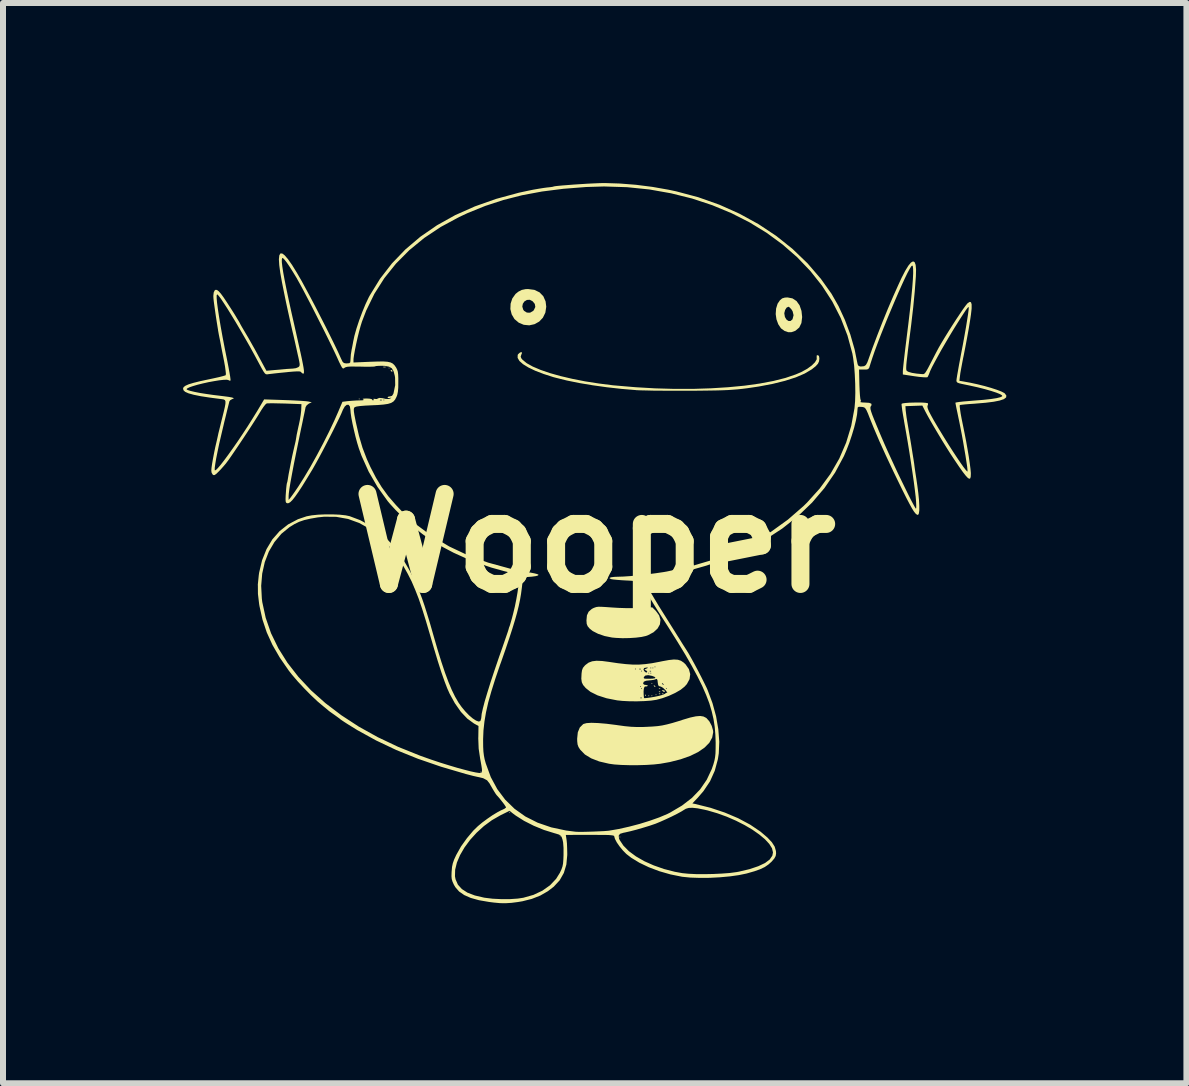
<source format=kicad_pcb>
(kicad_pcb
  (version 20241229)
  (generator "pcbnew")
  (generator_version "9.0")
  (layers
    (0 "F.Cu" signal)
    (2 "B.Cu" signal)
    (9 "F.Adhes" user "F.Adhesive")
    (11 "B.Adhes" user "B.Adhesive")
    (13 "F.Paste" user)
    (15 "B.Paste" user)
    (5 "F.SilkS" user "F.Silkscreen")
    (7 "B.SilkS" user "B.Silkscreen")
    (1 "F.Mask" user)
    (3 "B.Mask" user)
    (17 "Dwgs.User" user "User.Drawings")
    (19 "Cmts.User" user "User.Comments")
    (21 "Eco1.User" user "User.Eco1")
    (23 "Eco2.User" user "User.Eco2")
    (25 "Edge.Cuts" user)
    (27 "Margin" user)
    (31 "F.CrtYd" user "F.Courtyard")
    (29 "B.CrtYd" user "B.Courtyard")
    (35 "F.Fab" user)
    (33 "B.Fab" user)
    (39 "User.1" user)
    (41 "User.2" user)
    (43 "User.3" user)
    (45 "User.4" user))
  (footprint "Wooper"
    (layer "F.Cu")
    (at 6.859 6.002)
    (property "Reference" "Wooper" (at 0 0 0) (layer "F.SilkS") (effects (font (size 1.5 1.5) (thickness 0.3))))
    (attr board_only exclude_from_pos_files exclude_from_bom)
    (fp_poly (pts (xy -3.916 -2.404) (xy -3.924 -2.396) (xy -3.933 -2.404) (xy -3.924 -2.413)) (stroke (width 0) (type solid)) (fill yes) (layer "F.SilkS"))
    (fp_poly (pts (xy -3.418 -2.92) (xy -3.426 -2.911) (xy -3.435 -2.92) (xy -3.426 -2.928)) (stroke (width 0) (type solid)) (fill yes) (layer "F.SilkS"))
    (fp_poly (pts (xy -1.889 3.813) (xy -1.898 3.821) (xy -1.906 3.813) (xy -1.898 3.804)) (stroke (width 0) (type solid)) (fill yes) (layer "F.SilkS"))
    (fp_poly (pts (xy -1.408 4.482) (xy -1.417 4.491) (xy -1.425 4.482) (xy -1.417 4.474)) (stroke (width 0) (type solid)) (fill yes) (layer "F.SilkS"))
    (fp_poly (pts (xy -0.567 4.877) (xy -0.575 4.886) (xy -0.584 4.877) (xy -0.575 4.869)) (stroke (width 0) (type solid)) (fill yes) (layer "F.SilkS"))
    (fp_poly (pts (xy 0.429 4.895) (xy 0.421 4.903) (xy 0.412 4.895) (xy 0.421 4.886)) (stroke (width 0) (type solid)) (fill yes) (layer "F.SilkS"))
    (fp_poly (pts (xy 0.91 2.542) (xy 0.902 2.55) (xy 0.893 2.542) (xy 0.902 2.533)) (stroke (width 0) (type solid)) (fill yes) (layer "F.SilkS"))
    (fp_poly (pts (xy 0.962 2.336) (xy 0.953 2.344) (xy 0.945 2.336) (xy 0.953 2.327)) (stroke (width 0) (type solid)) (fill yes) (layer "F.SilkS"))
    (fp_poly (pts (xy 0.962 2.542) (xy 0.953 2.55) (xy 0.945 2.542) (xy 0.953 2.533)) (stroke (width 0) (type solid)) (fill yes) (layer "F.SilkS"))
    (fp_poly (pts (xy 1.03 2.525) (xy 1.022 2.533) (xy 1.013 2.525) (xy 1.022 2.516)) (stroke (width 0) (type solid)) (fill yes) (layer "F.SilkS"))
    (fp_poly (pts (xy -3.482 -2.94) (xy -3.48 -2.933) (xy -3.503 -2.931) (xy -3.528 -2.934) (xy -3.525 -2.94) (xy -3.49 -2.942)) (stroke (width 0) (type solid)) (fill yes) (layer "F.SilkS"))
    (fp_poly (pts (xy 0.853 2.522) (xy 0.855 2.542) (xy 0.853 2.545) (xy 0.843 2.542) (xy 0.842 2.533) (xy 0.848 2.519)) (stroke (width 0) (type solid)) (fill yes) (layer "F.SilkS"))
    (fp_poly (pts (xy 1.093 2.419) (xy 1.091 2.429) (xy 1.082 2.43) (xy 1.068 2.424) (xy 1.07 2.419) (xy 1.091 2.417)) (stroke (width 0) (type solid)) (fill yes) (layer "F.SilkS"))
    (fp_poly (pts (xy 1.093 2.47) (xy 1.091 2.48) (xy 1.082 2.482) (xy 1.068 2.475) (xy 1.07 2.47) (xy 1.091 2.468)) (stroke (width 0) (type solid)) (fill yes) (layer "F.SilkS"))
    (fp_poly (pts (xy 1.093 2.505) (xy 1.091 2.515) (xy 1.082 2.516) (xy 1.068 2.51) (xy 1.07 2.505) (xy 1.091 2.502)) (stroke (width 0) (type solid)) (fill yes) (layer "F.SilkS"))
    (fp_poly (pts (xy 1.145 2.505) (xy 1.143 2.515) (xy 1.133 2.516) (xy 1.119 2.51) (xy 1.122 2.505) (xy 1.142 2.502)) (stroke (width 0) (type solid)) (fill yes) (layer "F.SilkS"))
    (fp_poly (pts (xy 0.993 2.368) (xy 1.012 2.386) (xy 1.008 2.396) (xy 1.006 2.396) (xy 0.991 2.384) (xy 0.986 2.376) (xy 0.984 2.364)) (stroke (width 0) (type solid)) (fill yes) (layer "F.SilkS"))
    (fp_poly (pts (xy -3.383 -2.885) (xy -3.367 -2.87) (xy -3.366 -2.867) (xy -3.379 -2.86) (xy -3.383 -2.859) (xy -3.4 -2.873) (xy -3.4 -2.878) (xy -3.39 -2.888)) (stroke (width 0) (type solid)) (fill yes) (layer "F.SilkS"))
    (fp_poly (pts (xy 1.163 2.455) (xy 1.168 2.464) (xy 1.165 2.479) (xy 1.15 2.475) (xy 1.133 2.464) (xy 1.118 2.451) (xy 1.134 2.448) (xy 1.138 2.448)) (stroke (width 0) (type solid)) (fill yes) (layer "F.SilkS"))
    (fp_poly (pts (xy 0.115 1.059) (xy 0.185 1.063) (xy 0.282 1.07) (xy 0.282 1.07) (xy 0.396 1.077) (xy 0.522 1.081) (xy 0.646 1.081) (xy 0.742 1.079) (xy 0.96 1.068) (xy 1.02 1.128) (xy 1.074 1.202) (xy 1.096 1.277) (xy 1.087 1.352) (xy 1.048 1.421) (xy 0.981 1.483) (xy 0.887 1.533) (xy 0.854 1.545) (xy 0.782 1.561) (xy 0.687 1.573) (xy 0.577 1.58) (xy 0.463 1.582) (xy 0.355 1.577) (xy 0.289 1.571) (xy 0.166 1.546) (xy 0.057 1.509) (xy -0.033 1.463) (xy -0.082 1.424) (xy -0.117 1.383) (xy -0.133 1.343) (xy -0.137 1.286) (xy -0.137 1.285) (xy -0.129 1.201) (xy -0.101 1.141) (xy -0.051 1.097) (xy -0.027 1.083) (xy 0.002 1.071) (xy 0.031 1.062) (xy 0.066 1.058)) (stroke (width 0) (type solid)) (fill yes) (layer "F.SilkS"))
    (fp_poly (pts (xy -1.005 -4.222) (xy -0.919 -4.181) (xy -0.856 -4.116) (xy -0.818 -4.03) (xy -0.807 -3.941) (xy -0.822 -3.842) (xy -0.863 -3.758) (xy -0.925 -3.693) (xy -1.003 -3.65) (xy -1.09 -3.631) (xy -1.182 -3.64) (xy -1.265 -3.675) (xy -1.337 -3.736) (xy -1.383 -3.814) (xy -1.405 -3.902) (xy -1.403 -3.943) (xy -1.206 -3.943) (xy -1.191 -3.893) (xy -1.176 -3.872) (xy -1.129 -3.843) (xy -1.076 -3.842) (xy -1.026 -3.871) (xy -1.014 -3.884) (xy -0.989 -3.937) (xy -0.998 -3.988) (xy -1.034 -4.032) (xy -1.082 -4.057) (xy -1.13 -4.054) (xy -1.17 -4.03) (xy -1.197 -3.991) (xy -1.206 -3.943) (xy -1.403 -3.943) (xy -1.401 -3.992) (xy -1.373 -4.078) (xy -1.319 -4.154) (xy -1.272 -4.192) (xy -1.215 -4.221) (xy -1.153 -4.234) (xy -1.111 -4.236)) (stroke (width 0) (type solid)) (fill yes) (layer "F.SilkS"))
    (fp_poly (pts (xy 3.296 -4.08) (xy 3.363 -4.036) (xy 3.414 -3.965) (xy 3.446 -3.872) (xy 3.457 -3.769) (xy 3.445 -3.67) (xy 3.409 -3.595) (xy 3.348 -3.543) (xy 3.338 -3.538) (xy 3.278 -3.517) (xy 3.224 -3.517) (xy 3.165 -3.537) (xy 3.104 -3.581) (xy 3.059 -3.649) (xy 3.029 -3.731) (xy 3.016 -3.821) (xy 3.017 -3.826) (xy 3.16 -3.826) (xy 3.17 -3.77) (xy 3.195 -3.728) (xy 3.228 -3.704) (xy 3.263 -3.703) (xy 3.293 -3.728) (xy 3.297 -3.734) (xy 3.314 -3.8) (xy 3.298 -3.866) (xy 3.279 -3.896) (xy 3.251 -3.927) (xy 3.23 -3.941) (xy 3.229 -3.941) (xy 3.198 -3.926) (xy 3.173 -3.887) (xy 3.16 -3.836) (xy 3.16 -3.826) (xy 3.017 -3.826) (xy 3.023 -3.911) (xy 3.048 -3.992) (xy 3.087 -4.049) (xy 3.124 -4.08) (xy 3.167 -4.093) (xy 3.213 -4.096)) (stroke (width 0) (type solid)) (fill yes) (layer "F.SilkS"))
    (fp_poly (pts (xy 1.813 2.887) (xy 1.858 2.91) (xy 1.863 2.914) (xy 1.911 2.968) (xy 1.95 3.042) (xy 1.972 3.118) (xy 1.975 3.148) (xy 1.958 3.238) (xy 1.91 3.325) (xy 1.831 3.405) (xy 1.724 3.479) (xy 1.591 3.544) (xy 1.433 3.6) (xy 1.252 3.646) (xy 1.094 3.674) (xy 0.986 3.686) (xy 0.857 3.694) (xy 0.718 3.698) (xy 0.578 3.698) (xy 0.444 3.694) (xy 0.327 3.686) (xy 0.24 3.674) (xy 0.076 3.636) (xy -0.058 3.584) (xy -0.163 3.52) (xy -0.239 3.442) (xy -0.241 3.44) (xy -0.27 3.395) (xy -0.285 3.353) (xy -0.291 3.3) (xy -0.292 3.256) (xy -0.281 3.15) (xy -0.248 3.07) (xy -0.194 3.016) (xy -0.186 3.011) (xy -0.135 2.997) (xy -0.054 2.992) (xy 0.058 2.996) (xy 0.199 3.008) (xy 0.366 3.029) (xy 0.378 3.031) (xy 0.502 3.048) (xy 0.606 3.058) (xy 0.701 3.062) (xy 0.799 3.062) (xy 0.867 3.059) (xy 0.966 3.054) (xy 1.049 3.047) (xy 1.125 3.036) (xy 1.203 3.019) (xy 1.291 2.996) (xy 1.398 2.964) (xy 1.475 2.939) (xy 1.593 2.904) (xy 1.686 2.884) (xy 1.758 2.878)) (stroke (width 0) (type solid)) (fill yes) (layer "F.SilkS"))
    (fp_poly (pts (xy -1.212 -3.182) (xy -1.213 -3.165) (xy -1.222 -3.144) (xy -1.233 -3.109) (xy -1.222 -3.081) (xy -1.203 -3.058) (xy -1.132 -3) (xy -1.03 -2.943) (xy -0.9 -2.888) (xy -0.745 -2.835) (xy -0.567 -2.785) (xy -0.37 -2.739) (xy -0.157 -2.697) (xy 0.069 -2.662) (xy 0.305 -2.632) (xy 0.352 -2.628) (xy 0.68 -2.6) (xy 1.006 -2.581) (xy 1.326 -2.572) (xy 1.639 -2.572) (xy 1.941 -2.582) (xy 2.228 -2.6) (xy 2.499 -2.626) (xy 2.75 -2.661) (xy 2.978 -2.704) (xy 3.18 -2.755) (xy 3.353 -2.814) (xy 3.443 -2.853) (xy 3.54 -2.906) (xy 3.617 -2.962) (xy 3.671 -3.016) (xy 3.7 -3.066) (xy 3.699 -3.106) (xy 3.7 -3.13) (xy 3.716 -3.134) (xy 3.737 -3.122) (xy 3.744 -3.082) (xy 3.739 -3.032) (xy 3.72 -2.991) (xy 3.682 -2.949) (xy 3.62 -2.9) (xy 3.613 -2.895) (xy 3.498 -2.827) (xy 3.351 -2.764) (xy 3.173 -2.707) (xy 2.968 -2.656) (xy 2.737 -2.612) (xy 2.542 -2.583) (xy 2.462 -2.573) (xy 2.386 -2.565) (xy 2.308 -2.559) (xy 2.224 -2.553) (xy 2.128 -2.549) (xy 2.017 -2.546) (xy 1.884 -2.544) (xy 1.726 -2.542) (xy 1.58 -2.541) (xy 1.42 -2.541) (xy 1.262 -2.541) (xy 1.112 -2.542) (xy 0.974 -2.543) (xy 0.854 -2.546) (xy 0.757 -2.548) (xy 0.689 -2.551) (xy 0.687 -2.552) (xy 0.447 -2.572) (xy 0.205 -2.599) (xy -0.032 -2.632) (xy -0.258 -2.67) (xy -0.465 -2.712) (xy -0.646 -2.757) (xy -0.685 -2.767) (xy -0.849 -2.82) (xy -0.99 -2.874) (xy -1.105 -2.929) (xy -1.194 -2.984) (xy -1.254 -3.037) (xy -1.284 -3.089) (xy -1.283 -3.137) (xy -1.276 -3.15) (xy -1.247 -3.176) (xy -1.23 -3.183)) (stroke (width 0) (type solid)) (fill yes) (layer "F.SilkS"))
    (fp_poly (pts (xy 1.386 1.941) (xy 1.438 1.958) (xy 1.485 1.99) (xy 1.515 2.019) (xy 1.57 2.098) (xy 1.592 2.181) (xy 1.581 2.264) (xy 1.536 2.347) (xy 1.497 2.39) (xy 1.432 2.442) (xy 1.342 2.494) (xy 1.238 2.542) (xy 1.128 2.582) (xy 1.027 2.609) (xy 0.939 2.622) (xy 0.828 2.63) (xy 0.704 2.634) (xy 0.578 2.633) (xy 0.462 2.627) (xy 0.375 2.618) (xy 0.198 2.583) (xy 0.167 2.573) (xy 0.761 2.573) (xy 0.764 2.583) (xy 0.773 2.585) (xy 0.787 2.578) (xy 0.784 2.573) (xy 0.764 2.571) (xy 0.761 2.573) (xy 0.167 2.573) (xy 0.049 2.535) (xy -0.07 2.476) (xy -0.138 2.422) (xy 0.773 2.422) (xy 0.781 2.43) (xy 0.79 2.422) (xy 0.781 2.413) (xy 0.773 2.422) (xy -0.138 2.422) (xy -0.152 2.41) (xy -0.171 2.387) (xy 0.756 2.387) (xy 0.764 2.396) (xy 0.773 2.387) (xy 0.764 2.379) (xy 0.756 2.387) (xy -0.171 2.387) (xy -0.192 2.363) (xy -0.205 2.337) (xy 0.807 2.337) (xy 0.822 2.356) (xy 0.851 2.361) (xy 0.88 2.367) (xy 0.885 2.378) (xy 0.862 2.387) (xy 0.851 2.385) (xy 0.83 2.392) (xy 0.819 2.425) (xy 0.815 2.468) (xy 0.816 2.521) (xy 0.82 2.566) (xy 0.823 2.58) (xy 0.84 2.581) (xy 0.881 2.577) (xy 0.938 2.569) (xy 1.001 2.558) (xy 1.061 2.545) (xy 1.082 2.54) (xy 1.134 2.525) (xy 1.171 2.509) (xy 1.182 2.499) (xy 1.199 2.49) (xy 1.208 2.494) (xy 1.21 2.49) (xy 1.194 2.466) (xy 1.178 2.446) (xy 1.152 2.422) (xy 1.185 2.422) (xy 1.194 2.43) (xy 1.202 2.422) (xy 1.194 2.413) (xy 1.185 2.422) (xy 1.152 2.422) (xy 1.14 2.41) (xy 1.104 2.389) (xy 1.093 2.387) (xy 1.067 2.379) (xy 1.055 2.351) (xy 1.053 2.332) (xy 1.119 2.332) (xy 1.123 2.342) (xy 1.141 2.36) (xy 1.15 2.356) (xy 1.151 2.354) (xy 1.138 2.339) (xy 1.131 2.334) (xy 1.119 2.332) (xy 1.053 2.332) (xy 1.052 2.328) (xy 1.046 2.28) (xy 1.036 2.261) (xy 1.017 2.265) (xy 1.013 2.267) (xy 0.984 2.276) (xy 0.937 2.283) (xy 0.919 2.284) (xy 0.856 2.291) (xy 0.82 2.306) (xy 0.808 2.33) (xy 0.807 2.337) (xy -0.205 2.337) (xy -0.215 2.315) (xy -0.223 2.256) (xy -0.222 2.244) (xy 0.816 2.244) (xy 0.825 2.254) (xy 0.854 2.258) (xy 0.91 2.258) (xy 0.964 2.256) (xy 1.002 2.25) (xy 1.013 2.243) (xy 0.998 2.226) (xy 0.956 2.21) (xy 0.899 2.199) (xy 0.888 2.198) (xy 0.843 2.205) (xy 0.823 2.226) (xy 0.816 2.244) (xy -0.222 2.244) (xy -0.219 2.177) (xy -0.218 2.164) (xy 0.893 2.164) (xy 0.902 2.172) (xy 0.91 2.164) (xy 0.927 2.164) (xy 0.936 2.172) (xy 0.945 2.164) (xy 0.936 2.155) (xy 0.927 2.164) (xy 0.91 2.164) (xy 0.902 2.155) (xy 0.893 2.164) (xy -0.218 2.164) (xy -0.213 2.13) (xy 0.773 2.13) (xy 0.781 2.138) (xy 0.79 2.13) (xy 0.781 2.121) (xy 0.773 2.13) (xy -0.213 2.13) (xy -0.211 2.117) (xy -0.203 2.095) (xy 0.67 2.095) (xy 0.678 2.104) (xy 0.687 2.095) (xy 0.684 2.092) (xy 0.744 2.092) (xy 0.747 2.103) (xy 0.756 2.104) (xy 0.757 2.103) (xy 0.813 2.103) (xy 0.825 2.13) (xy 0.852 2.152) (xy 0.871 2.152) (xy 0.876 2.139) (xy 0.865 2.127) (xy 0.916 2.127) (xy 0.918 2.137) (xy 0.927 2.138) (xy 0.942 2.132) (xy 0.939 2.127) (xy 0.918 2.125) (xy 0.916 2.127) (xy 0.865 2.127) (xy 0.862 2.122) (xy 0.846 2.116) (xy 0.829 2.109) (xy 0.842 2.098) (xy 0.859 2.09) (xy 0.885 2.078) (xy 0.927 2.078) (xy 0.936 2.087) (xy 0.945 2.078) (xy 0.962 2.078) (xy 0.97 2.087) (xy 0.979 2.078) (xy 0.97 2.069) (xy 0.962 2.078) (xy 0.945 2.078) (xy 0.936 2.069) (xy 0.927 2.078) (xy 0.885 2.078) (xy 0.887 2.077) (xy 0.885 2.072) (xy 0.864 2.071) (xy 0.825 2.079) (xy 0.813 2.103) (xy 0.757 2.103) (xy 0.77 2.098) (xy 0.767 2.092) (xy 0.747 2.09) (xy 0.744 2.092) (xy 0.684 2.092) (xy 0.678 2.087) (xy 0.67 2.095) (xy -0.203 2.095) (xy -0.195 2.075) (xy -0.183 2.061) (xy 0.996 2.061) (xy 1.005 2.069) (xy 1.013 2.061) (xy 1.005 2.052) (xy 0.996 2.061) (xy -0.183 2.061) (xy -0.165 2.039) (xy -0.151 2.026) (xy -0.101 1.989) (xy -0.042 1.967) (xy 0.031 1.958) (xy 0.124 1.962) (xy 0.232 1.976) (xy 0.388 1.999) (xy 0.52 2.014) (xy 0.634 2.022) (xy 0.739 2.022) (xy 0.843 2.014) (xy 0.955 1.999) (xy 1.082 1.975) (xy 1.125 1.966) (xy 1.236 1.946) (xy 1.32 1.937)) (stroke (width 0) (type solid)) (fill yes) (layer "F.SilkS"))
    (fp_poly (pts (xy 0.419 -5.994) (xy 0.687 -5.973) (xy 0.962 -5.938) (xy 1.229 -5.891) (xy 1.357 -5.864) (xy 1.725 -5.766) (xy 2.078 -5.641) (xy 2.413 -5.491) (xy 2.73 -5.317) (xy 3.025 -5.121) (xy 3.298 -4.903) (xy 3.547 -4.664) (xy 3.768 -4.407) (xy 3.945 -4.159) (xy 4.063 -3.952) (xy 4.169 -3.722) (xy 4.26 -3.478) (xy 4.331 -3.231) (xy 4.371 -3.033) (xy 4.382 -2.981) (xy 4.397 -2.955) (xy 4.424 -2.946) (xy 4.445 -2.946) (xy 4.489 -2.95) (xy 4.519 -2.97) (xy 4.542 -3.011) (xy 4.556 -3.048) (xy 4.627 -3.248) (xy 4.708 -3.463) (xy 4.795 -3.685) (xy 4.885 -3.906) (xy 4.975 -4.116) (xy 5.061 -4.308) (xy 5.113 -4.421) (xy 5.174 -4.539) (xy 5.226 -4.624) (xy 5.27 -4.677) (xy 5.305 -4.697) (xy 5.331 -4.684) (xy 5.348 -4.639) (xy 5.355 -4.561) (xy 5.352 -4.45) (xy 5.352 -4.449) (xy 5.333 -4.194) (xy 5.308 -3.935) (xy 5.276 -3.659) (xy 5.275 -3.649) (xy 5.252 -3.469) (xy 5.233 -3.32) (xy 5.218 -3.199) (xy 5.207 -3.103) (xy 5.198 -3.029) (xy 5.193 -2.973) (xy 5.191 -2.933) (xy 5.191 -2.906) (xy 5.193 -2.889) (xy 5.197 -2.878) (xy 5.201 -2.871) (xy 5.231 -2.855) (xy 5.287 -2.839) (xy 5.362 -2.827) (xy 5.448 -2.819) (xy 5.452 -2.819) (xy 5.468 -2.818) (xy 5.481 -2.819) (xy 5.494 -2.826) (xy 5.509 -2.842) (xy 5.528 -2.871) (xy 5.553 -2.915) (xy 5.587 -2.98) (xy 5.632 -3.067) (xy 5.691 -3.181) (xy 5.698 -3.194) (xy 5.732 -3.258) (xy 5.779 -3.339) (xy 5.835 -3.432) (xy 5.897 -3.532) (xy 5.961 -3.633) (xy 6.025 -3.732) (xy 6.085 -3.822) (xy 6.137 -3.899) (xy 6.18 -3.958) (xy 6.209 -3.994) (xy 6.214 -3.999) (xy 6.248 -4.022) (xy 6.27 -4.016) (xy 6.281 -3.981) (xy 6.281 -3.915) (xy 6.278 -3.883) (xy 6.269 -3.805) (xy 6.253 -3.698) (xy 6.232 -3.57) (xy 6.206 -3.427) (xy 6.177 -3.273) (xy 6.146 -3.115) (xy 6.139 -3.083) (xy 6.122 -2.994) (xy 6.106 -2.908) (xy 6.093 -2.836) (xy 6.088 -2.796) (xy 6.077 -2.707) (xy 6.142 -2.696) (xy 6.258 -2.675) (xy 6.378 -2.649) (xy 6.495 -2.62) (xy 6.604 -2.589) (xy 6.699 -2.558) (xy 6.775 -2.529) (xy 6.824 -2.504) (xy 6.835 -2.495) (xy 6.86 -2.46) (xy 6.855 -2.429) (xy 6.818 -2.401) (xy 6.749 -2.378) (xy 6.649 -2.358) (xy 6.515 -2.341) (xy 6.347 -2.327) (xy 6.339 -2.326) (xy 6.25 -2.32) (xy 6.175 -2.314) (xy 6.119 -2.308) (xy 6.088 -2.304) (xy 6.084 -2.303) (xy 6.082 -2.282) (xy 6.088 -2.233) (xy 6.098 -2.163) (xy 6.114 -2.076) (xy 6.134 -1.978) (xy 6.14 -1.949) (xy 6.165 -1.825) (xy 6.19 -1.696) (xy 6.213 -1.566) (xy 6.234 -1.442) (xy 6.25 -1.331) (xy 6.262 -1.239) (xy 6.268 -1.172) (xy 6.268 -1.155) (xy 6.266 -1.109) (xy 6.258 -1.082) (xy 6.243 -1.074) (xy 6.219 -1.087) (xy 6.184 -1.124) (xy 6.137 -1.184) (xy 6.075 -1.271) (xy 5.998 -1.385) (xy 5.982 -1.409) (xy 5.927 -1.492) (xy 5.864 -1.592) (xy 5.795 -1.703) (xy 5.725 -1.819) (xy 5.658 -1.932) (xy 5.598 -2.035) (xy 5.548 -2.124) (xy 5.513 -2.189) (xy 5.46 -2.294) (xy 5.319 -2.289) (xy 5.178 -2.284) (xy 5.182 -2.215) (xy 5.188 -2.166) (xy 5.197 -2.096) (xy 5.21 -2.018) (xy 5.213 -2.001) (xy 5.233 -1.882) (xy 5.255 -1.754) (xy 5.276 -1.626) (xy 5.295 -1.506) (xy 5.312 -1.402) (xy 5.324 -1.323) (xy 5.325 -1.314) (xy 5.333 -1.253) (xy 5.345 -1.169) (xy 5.36 -1.073) (xy 5.374 -0.976) (xy 5.375 -0.97) (xy 5.392 -0.84) (xy 5.404 -0.723) (xy 5.409 -0.625) (xy 5.409 -0.547) (xy 5.402 -0.496) (xy 5.389 -0.473) (xy 5.385 -0.472) (xy 5.367 -0.478) (xy 5.345 -0.496) (xy 5.318 -0.531) (xy 5.285 -0.584) (xy 5.244 -0.659) (xy 5.191 -0.76) (xy 5.127 -0.888) (xy 5.12 -0.902) (xy 4.98 -1.19) (xy 4.854 -1.458) (xy 4.743 -1.703) (xy 4.649 -1.923) (xy 4.584 -2.084) (xy 4.553 -2.163) (xy 4.53 -2.215) (xy 4.511 -2.246) (xy 4.492 -2.263) (xy 4.467 -2.27) (xy 4.442 -2.272) (xy 4.401 -2.274) (xy 4.383 -2.263) (xy 4.379 -2.232) (xy 4.379 -2.223) (xy 4.372 -2.147) (xy 4.353 -2.046) (xy 4.324 -1.929) (xy 4.286 -1.802) (xy 4.243 -1.673) (xy 4.195 -1.549) (xy 4.153 -1.452) (xy 4.006 -1.178) (xy 3.829 -0.92) (xy 3.623 -0.678) (xy 3.389 -0.453) (xy 3.127 -0.246) (xy 2.838 -0.057) (xy 2.523 0.112) (xy 2.282 0.221) (xy 2.066 0.304) (xy 1.833 0.381) (xy 1.594 0.449) (xy 1.358 0.506) (xy 1.134 0.548) (xy 0.987 0.568) (xy 0.913 0.578) (xy 0.868 0.589) (xy 0.846 0.604) (xy 0.842 0.619) (xy 0.85 0.655) (xy 0.878 0.715) (xy 0.923 0.801) (xy 0.988 0.912) (xy 1.071 1.05) (xy 1.154 1.182) (xy 1.218 1.284) (xy 1.28 1.383) (xy 1.336 1.472) (xy 1.382 1.546) (xy 1.416 1.599) (xy 1.423 1.611) (xy 1.462 1.674) (xy 1.501 1.735) (xy 1.526 1.774) (xy 1.564 1.835) (xy 1.612 1.92) (xy 1.667 2.02) (xy 1.724 2.127) (xy 1.779 2.234) (xy 1.828 2.332) (xy 1.868 2.414) (xy 1.883 2.449) (xy 1.963 2.664) (xy 2.023 2.883) (xy 2.06 3.099) (xy 2.076 3.308) (xy 2.068 3.501) (xy 2.053 3.598) (xy 2.001 3.791) (xy 1.922 3.967) (xy 1.813 4.13) (xy 1.721 4.237) (xy 1.628 4.335) (xy 1.677 4.345) (xy 1.93 4.408) (xy 2.169 4.488) (xy 2.391 4.582) (xy 2.591 4.689) (xy 2.764 4.806) (xy 2.88 4.905) (xy 2.953 4.983) (xy 2.999 5.055) (xy 3.02 5.127) (xy 3.023 5.168) (xy 3.016 5.211) (xy 2.994 5.252) (xy 2.95 5.303) (xy 2.95 5.304) (xy 2.895 5.353) (xy 2.834 5.395) (xy 2.759 5.431) (xy 2.664 5.465) (xy 2.542 5.5) (xy 2.527 5.504) (xy 2.402 5.53) (xy 2.252 5.551) (xy 2.087 5.566) (xy 1.917 5.575) (xy 1.75 5.576) (xy 1.595 5.571) (xy 1.463 5.558) (xy 1.451 5.556) (xy 1.263 5.518) (xy 1.078 5.465) (xy 0.903 5.399) (xy 0.744 5.323) (xy 0.608 5.24) (xy 0.527 5.177) (xy 0.469 5.118) (xy 0.415 5.052) (xy 0.369 4.986) (xy 0.338 4.927) (xy 0.326 4.885) (xy 0.323 4.877) (xy 0.314 4.873) (xy 0.4 4.873) (xy 0.406 4.92) (xy 0.417 4.946) (xy 0.479 5.039) (xy 0.57 5.131) (xy 0.688 5.218) (xy 0.827 5.298) (xy 0.984 5.368) (xy 1.155 5.428) (xy 1.334 5.474) (xy 1.46 5.497) (xy 1.562 5.507) (xy 1.688 5.513) (xy 1.83 5.514) (xy 1.977 5.511) (xy 2.122 5.504) (xy 2.254 5.494) (xy 2.366 5.479) (xy 2.404 5.472) (xy 2.582 5.43) (xy 2.727 5.381) (xy 2.839 5.328) (xy 2.916 5.27) (xy 2.96 5.206) (xy 2.971 5.152) (xy 2.955 5.084) (xy 2.909 5.01) (xy 2.837 4.932) (xy 2.741 4.852) (xy 2.627 4.772) (xy 2.496 4.695) (xy 2.352 4.622) (xy 2.2 4.556) (xy 2.042 4.499) (xy 1.881 4.452) (xy 1.825 4.439) (xy 1.715 4.417) (xy 1.631 4.408) (xy 1.568 4.41) (xy 1.52 4.424) (xy 1.496 4.438) (xy 1.446 4.469) (xy 1.371 4.51) (xy 1.283 4.554) (xy 1.187 4.599) (xy 1.095 4.64) (xy 1.013 4.674) (xy 1.001 4.678) (xy 0.913 4.708) (xy 0.808 4.74) (xy 0.698 4.772) (xy 0.594 4.799) (xy 0.506 4.819) (xy 0.476 4.825) (xy 0.422 4.842) (xy 0.4 4.873) (xy 0.314 4.873) (xy 0.309 4.87) (xy 0.282 4.866) (xy 0.238 4.862) (xy 0.172 4.86) (xy 0.08 4.86) (xy -0.041 4.859) (xy -0.077 4.859) (xy -0.481 4.86) (xy -0.468 4.946) (xy -0.462 5.003) (xy -0.459 5.081) (xy -0.457 5.165) (xy -0.457 5.195) (xy -0.472 5.355) (xy -0.514 5.494) (xy -0.583 5.616) (xy -0.682 5.723) (xy -0.78 5.798) (xy -0.907 5.871) (xy -1.047 5.926) (xy -1.206 5.966) (xy -1.278 5.978) (xy -1.386 5.992) (xy -1.481 5.998) (xy -1.575 5.997) (xy -1.682 5.987) (xy -1.76 5.977) (xy -1.928 5.948) (xy -2.065 5.91) (xy -2.174 5.862) (xy -2.259 5.803) (xy -2.321 5.732) (xy -2.346 5.69) (xy -2.369 5.639) (xy -2.382 5.595) (xy -2.386 5.55) (xy -2.328 5.55) (xy -2.318 5.6) (xy -2.279 5.689) (xy -2.213 5.762) (xy -2.12 5.822) (xy -1.997 5.869) (xy -1.843 5.905) (xy -1.831 5.907) (xy -1.701 5.923) (xy -1.558 5.93) (xy -1.414 5.93) (xy -1.282 5.921) (xy -1.189 5.907) (xy -1.02 5.859) (xy -0.871 5.789) (xy -0.744 5.699) (xy -0.642 5.591) (xy -0.58 5.491) (xy -0.554 5.435) (xy -0.537 5.387) (xy -0.527 5.337) (xy -0.522 5.272) (xy -0.519 5.196) (xy -0.519 5.077) (xy -0.526 4.985) (xy -0.536 4.938) (xy -0.55 4.897) (xy -0.566 4.872) (xy -0.593 4.855) (xy -0.64 4.84) (xy -0.675 4.83) (xy -0.846 4.777) (xy -1.016 4.707) (xy -1.176 4.626) (xy -1.315 4.538) (xy -1.366 4.5) (xy -1.418 4.458) (xy -1.572 4.534) (xy -1.713 4.615) (xy -1.845 4.712) (xy -1.967 4.823) (xy -2.076 4.943) (xy -2.169 5.069) (xy -2.243 5.196) (xy -2.296 5.321) (xy -2.325 5.44) (xy -2.328 5.55) (xy -2.386 5.55) (xy -2.386 5.544) (xy -2.384 5.473) (xy -2.383 5.467) (xy -2.377 5.394) (xy -2.364 5.333) (xy -2.342 5.27) (xy -2.306 5.192) (xy -2.304 5.189) (xy -2.227 5.052) (xy -2.129 4.915) (xy -2.022 4.788) (xy -1.946 4.714) (xy -1.874 4.654) (xy -1.79 4.592) (xy -1.703 4.532) (xy -1.622 4.483) (xy -1.556 4.448) (xy -1.545 4.444) (xy -1.503 4.424) (xy -1.479 4.405) (xy -1.477 4.401) (xy -1.487 4.382) (xy -1.512 4.345) (xy -1.547 4.3) (xy -1.583 4.254) (xy -1.615 4.217) (xy -1.632 4.199) (xy -1.648 4.178) (xy -1.674 4.137) (xy -1.705 4.085) (xy -1.735 4.033) (xy -1.752 4.002) (xy -1.793 3.95) (xy -1.858 3.915) (xy -1.924 3.899) (xy -1.967 3.89) (xy -2.032 3.875) (xy -2.108 3.855) (xy -2.147 3.845) (xy -2.562 3.723) (xy -2.948 3.59) (xy -3.307 3.445) (xy -3.642 3.286) (xy -3.958 3.112) (xy -4.113 3.016) (xy -4.169 2.98) (xy -4.214 2.95) (xy -4.239 2.932) (xy -4.242 2.929) (xy -4.26 2.915) (xy -4.297 2.888) (xy -4.336 2.86) (xy -4.383 2.827) (xy -4.418 2.802) (xy -4.431 2.792) (xy -4.448 2.777) (xy -4.484 2.747) (xy -4.525 2.714) (xy -4.622 2.632) (xy -4.73 2.53) (xy -4.842 2.416) (xy -4.95 2.3) (xy -5.045 2.189) (xy -5.098 2.121) (xy -5.248 1.904) (xy -5.369 1.695) (xy -5.464 1.486) (xy -5.535 1.273) (xy -5.585 1.049) (xy -5.591 1.013) (xy -5.611 0.845) (xy -5.612 0.709) (xy -5.557 0.709) (xy -5.546 0.922) (xy -5.539 0.979) (xy -5.482 1.242) (xy -5.393 1.499) (xy -5.271 1.75) (xy -5.119 1.992) (xy -4.937 2.226) (xy -4.726 2.451) (xy -4.487 2.664) (xy -4.221 2.866) (xy -3.93 3.056) (xy -3.613 3.232) (xy -3.274 3.393) (xy -2.911 3.539) (xy -2.722 3.606) (xy -2.572 3.656) (xy -2.427 3.701) (xy -2.293 3.741) (xy -2.171 3.774) (xy -2.067 3.801) (xy -1.983 3.819) (xy -1.924 3.828) (xy -1.892 3.827) (xy -1.89 3.826) (xy -1.881 3.806) (xy -1.878 3.791) (xy -1.879 3.762) (xy -1.887 3.708) (xy -1.899 3.639) (xy -1.908 3.591) (xy -1.933 3.423) (xy -1.94 3.246) (xy -1.939 3.233) (xy -1.936 3.045) (xy -2.012 3.003) (xy -2.123 2.922) (xy -2.229 2.81) (xy -2.331 2.664) (xy -2.417 2.507) (xy -2.456 2.42) (xy -2.502 2.3) (xy -2.555 2.149) (xy -2.613 1.968) (xy -2.676 1.759) (xy -2.745 1.522) (xy -2.748 1.512) (xy -2.814 1.288) (xy -2.875 1.093) (xy -2.933 0.923) (xy -2.992 0.772) (xy -3.051 0.635) (xy -3.115 0.509) (xy -3.183 0.388) (xy -3.26 0.267) (xy -3.271 0.249) (xy -3.417 0.056) (xy -3.574 -0.106) (xy -3.743 -0.237) (xy -3.922 -0.337) (xy -4.11 -0.405) (xy -4.306 -0.44) (xy -4.508 -0.442) (xy -4.614 -0.431) (xy -4.74 -0.409) (xy -4.84 -0.386) (xy -4.925 -0.357) (xy -5.001 -0.32) (xy -5.079 -0.272) (xy -5.083 -0.27) (xy -5.221 -0.157) (xy -5.336 -0.02) (xy -5.429 0.138) (xy -5.497 0.314) (xy -5.54 0.506) (xy -5.557 0.709) (xy -5.612 0.709) (xy -5.613 0.689) (xy -5.597 0.531) (xy -5.591 0.489) (xy -5.542 0.283) (xy -5.468 0.098) (xy -5.371 -0.064) (xy -5.25 -0.202) (xy -5.108 -0.314) (xy -4.945 -0.4) (xy -4.8 -0.449) (xy -4.715 -0.465) (xy -4.608 -0.476) (xy -4.489 -0.481) (xy -4.366 -0.481) (xy -4.25 -0.476) (xy -4.149 -0.465) (xy -4.083 -0.451) (xy -3.908 -0.385) (xy -3.736 -0.292) (xy -3.576 -0.177) (xy -3.438 -0.047) (xy -3.412 -0.018) (xy -3.369 0.032) (xy -3.335 0.071) (xy -3.315 0.093) (xy -3.313 0.094) (xy -3.292 0.12) (xy -3.258 0.168) (xy -3.217 0.232) (xy -3.171 0.305) (xy -3.127 0.38) (xy -3.087 0.449) (xy -3.061 0.498) (xy -3.008 0.606) (xy -2.961 0.709) (xy -2.918 0.811) (xy -2.877 0.919) (xy -2.836 1.038) (xy -2.793 1.174) (xy -2.745 1.331) (xy -2.692 1.516) (xy -2.686 1.537) (xy -2.617 1.775) (xy -2.553 1.981) (xy -2.493 2.16) (xy -2.436 2.313) (xy -2.381 2.444) (xy -2.327 2.555) (xy -2.272 2.65) (xy -2.272 2.651) (xy -2.216 2.73) (xy -2.155 2.803) (xy -2.092 2.868) (xy -2.031 2.92) (xy -1.977 2.955) (xy -1.934 2.971) (xy -1.906 2.963) (xy -1.904 2.96) (xy -1.892 2.923) (xy -1.889 2.902) (xy -1.883 2.843) (xy -1.863 2.753) (xy -1.832 2.634) (xy -1.788 2.487) (xy -1.734 2.313) (xy -1.668 2.114) (xy -1.592 1.891) (xy -1.537 1.735) (xy -1.505 1.642) (xy -1.476 1.558) (xy -1.453 1.491) (xy -1.438 1.446) (xy -1.434 1.43) (xy -1.424 1.396) (xy -1.419 1.386) (xy -1.412 1.365) (xy -1.398 1.317) (xy -1.379 1.251) (xy -1.359 1.174) (xy -1.33 1.055) (xy -1.306 0.935) (xy -1.286 0.821) (xy -1.272 0.72) (xy -1.265 0.638) (xy -1.266 0.582) (xy -1.266 0.58) (xy -1.27 0.557) (xy -1.276 0.541) (xy -1.289 0.527) (xy -1.316 0.515) (xy -1.361 0.502) (xy -1.43 0.484) (xy -1.511 0.464) (xy -1.723 0.405) (xy -1.939 0.331) (xy -2.152 0.248) (xy -2.351 0.158) (xy -2.527 0.065) (xy -2.559 0.046) (xy -2.616 0.012) (xy -2.677 -0.022) (xy -2.683 -0.026) (xy -2.769 -0.079) (xy -2.871 -0.154) (xy -2.983 -0.244) (xy -3.099 -0.344) (xy -3.212 -0.45) (xy -3.318 -0.555) (xy -3.409 -0.654) (xy -3.451 -0.704) (xy -3.619 -0.939) (xy -3.766 -1.193) (xy -3.885 -1.458) (xy -3.93 -1.582) (xy -3.957 -1.671) (xy -3.985 -1.774) (xy -4.011 -1.883) (xy -4.035 -1.991) (xy -4.054 -2.089) (xy -4.066 -2.17) (xy -4.07 -2.223) (xy -4.079 -2.279) (xy -4.1 -2.307) (xy -4.131 -2.307) (xy -4.164 -2.279) (xy -4.195 -2.225) (xy -4.201 -2.21) (xy -4.222 -2.16) (xy -4.256 -2.086) (xy -4.302 -1.992) (xy -4.355 -1.884) (xy -4.414 -1.768) (xy -4.476 -1.648) (xy -4.537 -1.531) (xy -4.596 -1.421) (xy -4.649 -1.325) (xy -4.693 -1.247) (xy -4.704 -1.228) (xy -4.797 -1.075) (xy -4.874 -0.95) (xy -4.939 -0.851) (xy -4.992 -0.776) (xy -5.035 -0.722) (xy -5.07 -0.687) (xy -5.098 -0.669) (xy -5.121 -0.666) (xy -5.128 -0.668) (xy -5.142 -0.677) (xy -5.149 -0.697) (xy -5.151 -0.733) (xy -5.149 -0.793) (xy -5.146 -0.834) (xy -5.141 -0.904) (xy -5.135 -0.961) (xy -5.13 -0.995) (xy -5.128 -1.001) (xy -5.121 -1.025) (xy -5.113 -1.068) (xy -5.111 -1.082) (xy -5.099 -1.154) (xy -5.081 -1.246) (xy -5.061 -1.35) (xy -5.04 -1.453) (xy -5.019 -1.547) (xy -5.002 -1.621) (xy -4.997 -1.641) (xy -4.983 -1.702) (xy -4.973 -1.761) (xy -4.966 -1.805) (xy -4.952 -1.871) (xy -4.936 -1.946) (xy -4.93 -1.971) (xy -4.913 -2.053) (xy -4.899 -2.137) (xy -4.891 -2.207) (xy -4.89 -2.22) (xy -4.886 -2.318) (xy -5.161 -2.328) (xy -5.256 -2.33) (xy -5.341 -2.332) (xy -5.409 -2.332) (xy -5.453 -2.331) (xy -5.465 -2.33) (xy -5.486 -2.313) (xy -5.518 -2.273) (xy -5.556 -2.216) (xy -5.574 -2.186) (xy -5.608 -2.13) (xy -5.656 -2.054) (xy -5.715 -1.962) (xy -5.781 -1.861) (xy -5.851 -1.755) (xy -5.922 -1.649) (xy -5.989 -1.55) (xy -6.049 -1.462) (xy -6.099 -1.39) (xy -6.136 -1.341) (xy -6.143 -1.331) (xy -6.183 -1.284) (xy -6.233 -1.228) (xy -6.264 -1.196) (xy -6.306 -1.155) (xy -6.334 -1.136) (xy -6.354 -1.136) (xy -6.363 -1.142) (xy -6.383 -1.175) (xy -6.388 -1.209) (xy -6.385 -1.254) (xy -6.375 -1.324) (xy -6.36 -1.41) (xy -6.342 -1.504) (xy -6.323 -1.597) (xy -6.31 -1.653) (xy -6.295 -1.717) (xy -6.283 -1.771) (xy -6.276 -1.803) (xy -6.27 -1.832) (xy -6.256 -1.887) (xy -6.238 -1.961) (xy -6.217 -2.047) (xy -6.209 -2.078) (xy -6.182 -2.187) (xy -6.163 -2.268) (xy -6.153 -2.324) (xy -6.152 -2.361) (xy -6.16 -2.383) (xy -6.179 -2.395) (xy -6.207 -2.4) (xy -6.23 -2.403) (xy -6.413 -2.427) (xy -6.563 -2.45) (xy -6.681 -2.474) (xy -6.768 -2.498) (xy -6.824 -2.523) (xy -6.851 -2.549) (xy -6.856 -2.567) (xy -6.801 -2.567) (xy -6.784 -2.554) (xy -6.739 -2.539) (xy -6.667 -2.522) (xy -6.576 -2.504) (xy -6.468 -2.487) (xy -6.349 -2.47) (xy -6.297 -2.464) (xy -6.182 -2.45) (xy -6.099 -2.439) (xy -6.045 -2.429) (xy -6.018 -2.42) (xy -6.015 -2.412) (xy -6.034 -2.404) (xy -6.041 -2.402) (xy -6.074 -2.382) (xy -6.087 -2.364) (xy -6.093 -2.339) (xy -6.106 -2.287) (xy -6.125 -2.211) (xy -6.147 -2.119) (xy -6.173 -2.014) (xy -6.182 -1.975) (xy -6.221 -1.81) (xy -6.256 -1.66) (xy -6.284 -1.526) (xy -6.307 -1.412) (xy -6.322 -1.321) (xy -6.331 -1.256) (xy -6.331 -1.22) (xy -6.329 -1.214) (xy -6.312 -1.22) (xy -6.279 -1.252) (xy -6.232 -1.307) (xy -6.174 -1.382) (xy -6.106 -1.474) (xy -6.031 -1.579) (xy -5.95 -1.695) (xy -5.867 -1.819) (xy -5.783 -1.947) (xy -5.701 -2.077) (xy -5.622 -2.205) (xy -5.582 -2.272) (xy -5.508 -2.397) (xy -5.171 -2.386) (xy -5.063 -2.382) (xy -4.963 -2.377) (xy -4.877 -2.372) (xy -4.812 -2.367) (xy -4.775 -2.362) (xy -4.774 -2.362) (xy -4.714 -2.349) (xy -4.762 -2.327) (xy -4.798 -2.299) (xy -4.817 -2.268) (xy -4.822 -2.242) (xy -4.833 -2.188) (xy -4.85 -2.109) (xy -4.87 -2.011) (xy -4.894 -1.899) (xy -4.919 -1.777) (xy -4.968 -1.538) (xy -5.01 -1.331) (xy -5.043 -1.156) (xy -5.069 -1.015) (xy -5.087 -0.905) (xy -5.097 -0.827) (xy -5.1 -0.785) (xy -5.1 -0.721) (xy -5.065 -0.764) (xy -5.04 -0.798) (xy -5.002 -0.851) (xy -4.959 -0.914) (xy -4.938 -0.945) (xy -4.842 -1.097) (xy -4.737 -1.273) (xy -4.63 -1.465) (xy -4.525 -1.663) (xy -4.426 -1.859) (xy -4.338 -2.045) (xy -4.277 -2.183) (xy -4.203 -2.357) (xy -4.115 -2.368) (xy -4.045 -2.374) (xy -3.965 -2.379) (xy -3.924 -2.38) (xy -3.869 -2.382) (xy -3.846 -2.387) (xy -3.854 -2.395) (xy -3.856 -2.396) (xy -3.867 -2.405) (xy -3.849 -2.41) (xy -3.8 -2.412) (xy -3.749 -2.409) (xy -3.717 -2.402) (xy -3.71 -2.396) (xy -3.696 -2.379) (xy -3.691 -2.379) (xy -3.688 -2.383) (xy -3.582 -2.383) (xy -3.565 -2.38) (xy -3.543 -2.383) (xy -3.543 -2.387) (xy -3.521 -2.387) (xy -3.512 -2.379) (xy -3.503 -2.387) (xy -3.512 -2.396) (xy -3.521 -2.387) (xy -3.543 -2.387) (xy -3.542 -2.389) (xy -3.565 -2.393) (xy -3.575 -2.39) (xy -3.582 -2.383) (xy -3.688 -2.383) (xy -3.682 -2.389) (xy -3.685 -2.398) (xy -3.684 -2.409) (xy -3.662 -2.405) (xy -3.629 -2.403) (xy -3.616 -2.411) (xy -3.589 -2.422) (xy -3.533 -2.417) (xy -3.483 -2.405) (xy -3.434 -2.403) (xy -3.406 -2.412) (xy -3.386 -2.426) (xy -3.397 -2.425) (xy -3.413 -2.421) (xy -3.444 -2.419) (xy -3.452 -2.429) (xy -3.437 -2.443) (xy -3.41 -2.447) (xy -3.377 -2.456) (xy -3.356 -2.488) (xy -3.351 -2.503) (xy -3.324 -2.634) (xy -3.326 -2.759) (xy -3.331 -2.791) (xy -3.351 -2.866) (xy -3.38 -2.915) (xy -3.426 -2.942) (xy -3.494 -2.955) (xy -3.538 -2.957) (xy -3.597 -2.956) (xy -3.64 -2.953) (xy -3.658 -2.948) (xy -3.658 -2.948) (xy -3.674 -2.944) (xy -3.718 -2.942) (xy -3.785 -2.941) (xy -3.867 -2.942) (xy -3.9 -2.943) (xy -3.999 -2.944) (xy -4.07 -2.944) (xy -4.118 -2.941) (xy -4.148 -2.934) (xy -4.168 -2.924) (xy -4.171 -2.921) (xy -4.185 -2.912) (xy -4.197 -2.914) (xy -4.212 -2.93) (xy -4.232 -2.967) (xy -4.261 -3.026) (xy -4.292 -3.096) (xy -4.331 -3.179) (xy -4.382 -3.285) (xy -4.442 -3.408) (xy -4.509 -3.543) (xy -4.581 -3.685) (xy -4.654 -3.829) (xy -4.726 -3.97) (xy -4.795 -4.102) (xy -4.857 -4.22) (xy -4.911 -4.32) (xy -4.953 -4.395) (xy -4.963 -4.414) (xy -5.029 -4.523) (xy -5.087 -4.614) (xy -5.136 -4.685) (xy -5.174 -4.732) (xy -5.198 -4.754) (xy -5.205 -4.753) (xy -5.213 -4.731) (xy -5.213 -4.684) (xy -5.205 -4.613) (xy -5.19 -4.514) (xy -5.167 -4.389) (xy -5.136 -4.234) (xy -5.097 -4.049) (xy -5.05 -3.834) (xy -5.006 -3.641) (xy -4.964 -3.454) (xy -4.929 -3.297) (xy -4.9 -3.169) (xy -4.878 -3.066) (xy -4.862 -2.986) (xy -4.851 -2.925) (xy -4.845 -2.882) (xy -4.844 -2.853) (xy -4.846 -2.835) (xy -4.852 -2.827) (xy -4.859 -2.825) (xy -4.881 -2.838) (xy -4.889 -2.849) (xy -4.899 -2.858) (xy -4.92 -2.863) (xy -4.956 -2.864) (xy -5.014 -2.861) (xy -5.098 -2.854) (xy -5.144 -2.849) (xy -5.236 -2.84) (xy -5.32 -2.831) (xy -5.388 -2.823) (xy -5.432 -2.818) (xy -5.438 -2.817) (xy -5.46 -2.814) (xy -5.479 -2.817) (xy -5.496 -2.831) (xy -5.517 -2.86) (xy -5.546 -2.909) (xy -5.586 -2.983) (xy -5.6 -3.009) (xy -5.672 -3.143) (xy -5.748 -3.281) (xy -5.827 -3.419) (xy -5.905 -3.554) (xy -5.981 -3.683) (xy -6.054 -3.803) (xy -6.12 -3.91) (xy -6.179 -4.001) (xy -6.227 -4.073) (xy -6.264 -4.122) (xy -6.287 -4.146) (xy -6.291 -4.147) (xy -6.299 -4.131) (xy -6.299 -4.083) (xy -6.292 -4.005) (xy -6.278 -3.9) (xy -6.258 -3.768) (xy -6.232 -3.613) (xy -6.2 -3.435) (xy -6.162 -3.238) (xy -6.121 -3.035) (xy -6.102 -2.936) (xy -6.086 -2.848) (xy -6.074 -2.778) (xy -6.068 -2.73) (xy -6.068 -2.711) (xy -6.068 -2.71) (xy -6.088 -2.71) (xy -6.101 -2.718) (xy -6.129 -2.725) (xy -6.183 -2.723) (xy -6.256 -2.715) (xy -6.342 -2.701) (xy -6.435 -2.684) (xy -6.529 -2.663) (xy -6.618 -2.641) (xy -6.696 -2.618) (xy -6.756 -2.597) (xy -6.792 -2.578) (xy -6.801 -2.567) (xy -6.856 -2.567) (xy -6.859 -2.576) (xy -6.849 -2.602) (xy -6.818 -2.625) (xy -6.764 -2.649) (xy -6.684 -2.673) (xy -6.576 -2.7) (xy -6.436 -2.73) (xy -6.435 -2.73) (xy -6.342 -2.75) (xy -6.261 -2.768) (xy -6.198 -2.784) (xy -6.158 -2.796) (xy -6.148 -2.801) (xy -6.145 -2.824) (xy -6.15 -2.874) (xy -6.16 -2.948) (xy -6.175 -3.031) (xy -6.192 -3.118) (xy -6.208 -3.197) (xy -6.22 -3.259) (xy -6.227 -3.297) (xy -6.227 -3.297) (xy -6.237 -3.349) (xy -6.249 -3.41) (xy -6.251 -3.418) (xy -6.264 -3.484) (xy -6.276 -3.551) (xy -6.276 -3.555) (xy -6.3 -3.703) (xy -6.318 -3.822) (xy -6.331 -3.914) (xy -6.341 -3.985) (xy -6.348 -4.038) (xy -6.352 -4.078) (xy -6.354 -4.108) (xy -6.354 -4.124) (xy -6.348 -4.179) (xy -6.331 -4.214) (xy -6.329 -4.216) (xy -6.311 -4.224) (xy -6.29 -4.218) (xy -6.264 -4.198) (xy -6.229 -4.159) (xy -6.185 -4.099) (xy -6.13 -4.017) (xy -6.06 -3.909) (xy -5.996 -3.808) (xy -5.959 -3.746) (xy -5.929 -3.697) (xy -5.911 -3.665) (xy -5.908 -3.658) (xy -5.899 -3.641) (xy -5.877 -3.602) (xy -5.844 -3.546) (xy -5.817 -3.5) (xy -5.774 -3.428) (xy -5.722 -3.336) (xy -5.665 -3.235) (xy -5.611 -3.136) (xy -5.598 -3.111) (xy -5.47 -2.874) (xy -5.324 -2.887) (xy -5.251 -2.893) (xy -5.187 -2.899) (xy -5.142 -2.903) (xy -5.135 -2.904) (xy -5.087 -2.907) (xy -5.032 -2.91) (xy -5.031 -2.91) (xy -4.98 -2.917) (xy -4.94 -2.933) (xy -4.938 -2.934) (xy -4.924 -2.946) (xy -4.917 -2.962) (xy -4.916 -2.988) (xy -4.923 -3.031) (xy -4.937 -3.098) (xy -4.944 -3.127) (xy -4.968 -3.236) (xy -4.987 -3.321) (xy -5.003 -3.392) (xy -5.018 -3.458) (xy -5.035 -3.529) (xy -5.041 -3.555) (xy -5.072 -3.691) (xy -5.106 -3.845) (xy -5.141 -4.005) (xy -5.173 -4.161) (xy -5.201 -4.3) (xy -5.21 -4.345) (xy -5.239 -4.506) (xy -5.256 -4.635) (xy -5.262 -4.732) (xy -5.255 -4.797) (xy -5.237 -4.829) (xy -5.207 -4.829) (xy -5.165 -4.797) (xy -5.11 -4.733) (xy -5.043 -4.638) (xy -4.964 -4.51) (xy -4.943 -4.474) (xy -4.883 -4.37) (xy -4.814 -4.243) (xy -4.736 -4.098) (xy -4.654 -3.942) (xy -4.571 -3.78) (xy -4.488 -3.618) (xy -4.41 -3.462) (xy -4.339 -3.318) (xy -4.278 -3.191) (xy -4.231 -3.087) (xy -4.223 -3.07) (xy -4.201 -3.025) (xy -4.178 -3.003) (xy -4.145 -2.997) (xy -4.131 -2.997) (xy -4.09 -3) (xy -4.073 -3.014) (xy -4.069 -3.051) (xy -4.069 -3.053) (xy -4.069 -3.058) (xy -4.019 -3.058) (xy -4.019 -3.012) (xy -3.736 -3.024) (xy -3.614 -3.028) (xy -3.522 -3.029) (xy -3.453 -3.024) (xy -3.402 -3.013) (xy -3.366 -2.995) (xy -3.337 -2.968) (xy -3.311 -2.931) (xy -3.31 -2.93) (xy -3.293 -2.897) (xy -3.281 -2.862) (xy -3.275 -2.816) (xy -3.272 -2.751) (xy -3.272 -2.687) (xy -3.273 -2.593) (xy -3.279 -2.524) (xy -3.29 -2.471) (xy -3.304 -2.435) (xy -3.326 -2.393) (xy -3.354 -2.361) (xy -3.392 -2.338) (xy -3.445 -2.322) (xy -3.519 -2.311) (xy -3.618 -2.303) (xy -3.712 -2.299) (xy -3.828 -2.293) (xy -3.912 -2.286) (xy -3.968 -2.278) (xy -3.997 -2.268) (xy -4.001 -2.265) (xy -4.01 -2.252) (xy -4.014 -2.23) (xy -4.012 -2.195) (xy -4.004 -2.14) (xy -3.988 -2.059) (xy -3.979 -2.014) (xy -3.928 -1.792) (xy -3.869 -1.592) (xy -3.796 -1.401) (xy -3.736 -1.269) (xy -3.645 -1.093) (xy -3.549 -0.935) (xy -3.44 -0.785) (xy -3.311 -0.636) (xy -3.215 -0.535) (xy -2.975 -0.314) (xy -2.711 -0.118) (xy -2.423 0.054) (xy -2.111 0.201) (xy -1.775 0.323) (xy -1.414 0.422) (xy -1.069 0.489) (xy -1.007 0.501) (xy -0.96 0.513) (xy -0.936 0.524) (xy -0.936 0.524) (xy -0.944 0.537) (xy -0.983 0.548) (xy -1.049 0.557) (xy -1.116 0.562) (xy -1.193 0.567) (xy -1.214 0.745) (xy -1.227 0.843) (xy -1.244 0.943) (xy -1.266 1.047) (xy -1.294 1.16) (xy -1.329 1.284) (xy -1.372 1.425) (xy -1.424 1.585) (xy -1.486 1.769) (xy -1.56 1.981) (xy -1.577 2.027) (xy -1.656 2.259) (xy -1.721 2.466) (xy -1.773 2.65) (xy -1.811 2.818) (xy -1.837 2.972) (xy -1.853 3.119) (xy -1.859 3.261) (xy -1.859 3.289) (xy -1.858 3.392) (xy -1.854 3.471) (xy -1.846 3.536) (xy -1.834 3.599) (xy -1.815 3.668) (xy -1.813 3.673) (xy -1.731 3.897) (xy -1.623 4.097) (xy -1.491 4.273) (xy -1.335 4.425) (xy -1.155 4.553) (xy -0.951 4.656) (xy -0.724 4.734) (xy -0.475 4.787) (xy -0.318 4.807) (xy -0.27 4.809) (xy -0.197 4.809) (xy -0.109 4.807) (xy -0.013 4.804) (xy 0.08 4.8) (xy 0.163 4.796) (xy 0.224 4.791) (xy 0.24 4.789) (xy 0.403 4.761) (xy 0.576 4.722) (xy 0.751 4.676) (xy 0.921 4.623) (xy 1.076 4.568) (xy 1.209 4.512) (xy 1.257 4.488) (xy 1.455 4.371) (xy 1.621 4.243) (xy 1.758 4.1) (xy 1.867 3.941) (xy 1.95 3.765) (xy 1.978 3.684) (xy 1.995 3.623) (xy 2.006 3.566) (xy 2.013 3.503) (xy 2.015 3.425) (xy 2.016 3.323) (xy 2.011 3.189) (xy 2 3.059) (xy 1.98 2.93) (xy 1.95 2.801) (xy 1.91 2.667) (xy 1.857 2.528) (xy 1.792 2.379) (xy 1.712 2.218) (xy 1.617 2.042) (xy 1.506 1.849) (xy 1.376 1.636) (xy 1.228 1.4) (xy 1.118 1.229) (xy 1.051 1.124) (xy 0.987 1.021) (xy 0.93 0.927) (xy 0.883 0.847) (xy 0.85 0.787) (xy 0.838 0.765) (xy 0.81 0.709) (xy 0.786 0.665) (xy 0.77 0.643) (xy 0.769 0.642) (xy 0.747 0.638) (xy 0.697 0.632) (xy 0.628 0.626) (xy 0.545 0.621) (xy 0.536 0.621) (xy 0.449 0.616) (xy 0.372 0.61) (xy 0.313 0.604) (xy 0.28 0.599) (xy 0.279 0.599) (xy 0.249 0.586) (xy 0.25 0.575) (xy 0.279 0.566) (xy 0.333 0.56) (xy 0.388 0.558) (xy 0.48 0.555) (xy 0.597 0.547) (xy 0.731 0.534) (xy 0.874 0.518) (xy 1.016 0.5) (xy 1.151 0.48) (xy 1.202 0.471) (xy 1.586 0.389) (xy 1.953 0.281) (xy 2.301 0.148) (xy 2.63 -0.01) (xy 2.937 -0.19) (xy 3.22 -0.394) (xy 3.479 -0.619) (xy 3.538 -0.677) (xy 3.749 -0.911) (xy 3.928 -1.155) (xy 4.075 -1.41) (xy 4.19 -1.677) (xy 4.275 -1.957) (xy 4.329 -2.25) (xy 4.339 -2.365) (xy 4.343 -2.505) (xy 4.341 -2.657) (xy 4.334 -2.812) (xy 4.328 -2.894) (xy 4.405 -2.894) (xy 4.411 -2.64) (xy 4.415 -2.544) (xy 4.42 -2.465) (xy 4.426 -2.41) (xy 4.433 -2.383) (xy 4.435 -2.381) (xy 4.438 -2.368) (xy 4.428 -2.36) (xy 4.429 -2.351) (xy 4.461 -2.346) (xy 4.503 -2.344) (xy 4.572 -2.34) (xy 4.609 -2.326) (xy 4.614 -2.302) (xy 4.603 -2.285) (xy 4.596 -2.272) (xy 4.594 -2.255) (xy 4.597 -2.229) (xy 4.608 -2.19) (xy 4.627 -2.136) (xy 4.656 -2.063) (xy 4.695 -1.968) (xy 4.746 -1.846) (xy 4.784 -1.757) (xy 4.828 -1.655) (xy 4.879 -1.541) (xy 4.935 -1.419) (xy 4.993 -1.293) (xy 5.053 -1.165) (xy 5.113 -1.041) (xy 5.17 -0.924) (xy 5.222 -0.818) (xy 5.268 -0.726) (xy 5.307 -0.653) (xy 5.335 -0.602) (xy 5.352 -0.577) (xy 5.354 -0.575) (xy 5.358 -0.591) (xy 5.358 -0.635) (xy 5.355 -0.7) (xy 5.348 -0.78) (xy 5.346 -0.793) (xy 5.334 -0.896) (xy 5.317 -1.027) (xy 5.295 -1.179) (xy 5.27 -1.346) (xy 5.243 -1.521) (xy 5.214 -1.698) (xy 5.184 -1.871) (xy 5.155 -2.034) (xy 5.154 -2.044) (xy 5.138 -2.135) (xy 5.125 -2.214) (xy 5.117 -2.277) (xy 5.113 -2.315) (xy 5.114 -2.323) (xy 5.133 -2.331) (xy 5.178 -2.337) (xy 5.241 -2.342) (xy 5.315 -2.344) (xy 5.39 -2.345) (xy 5.459 -2.344) (xy 5.515 -2.34) (xy 5.548 -2.334) (xy 5.554 -2.331) (xy 5.553 -2.306) (xy 5.547 -2.293) (xy 5.544 -2.274) (xy 5.551 -2.243) (xy 5.57 -2.197) (xy 5.604 -2.132) (xy 5.652 -2.045) (xy 5.717 -1.935) (xy 5.75 -1.881) (xy 5.824 -1.759) (xy 5.898 -1.641) (xy 5.969 -1.53) (xy 6.035 -1.43) (xy 6.094 -1.343) (xy 6.143 -1.273) (xy 6.181 -1.224) (xy 6.205 -1.198) (xy 6.213 -1.196) (xy 6.212 -1.224) (xy 6.206 -1.28) (xy 6.194 -1.359) (xy 6.179 -1.457) (xy 6.16 -1.567) (xy 6.14 -1.685) (xy 6.118 -1.806) (xy 6.095 -1.925) (xy 6.073 -2.036) (xy 6.062 -2.087) (xy 6.044 -2.174) (xy 6.028 -2.249) (xy 6.017 -2.306) (xy 6.011 -2.337) (xy 6.011 -2.342) (xy 6.027 -2.347) (xy 6.072 -2.354) (xy 6.14 -2.362) (xy 6.226 -2.369) (xy 6.307 -2.376) (xy 6.471 -2.389) (xy 6.601 -2.403) (xy 6.698 -2.418) (xy 6.761 -2.434) (xy 6.791 -2.449) (xy 6.788 -2.464) (xy 6.754 -2.485) (xy 6.694 -2.509) (xy 6.609 -2.537) (xy 6.505 -2.567) (xy 6.383 -2.598) (xy 6.248 -2.628) (xy 6.127 -2.653) (xy 6.071 -2.666) (xy 6.041 -2.679) (xy 6.029 -2.697) (xy 6.028 -2.713) (xy 6.031 -2.741) (xy 6.04 -2.798) (xy 6.054 -2.877) (xy 6.071 -2.974) (xy 6.092 -3.084) (xy 6.105 -3.154) (xy 6.136 -3.315) (xy 6.163 -3.465) (xy 6.187 -3.601) (xy 6.206 -3.719) (xy 6.221 -3.814) (xy 6.23 -3.884) (xy 6.233 -3.924) (xy 6.233 -3.924) (xy 6.231 -3.935) (xy 6.224 -3.934) (xy 6.21 -3.918) (xy 6.185 -3.885) (xy 6.149 -3.831) (xy 6.099 -3.754) (xy 6.049 -3.675) (xy 5.984 -3.571) (xy 5.915 -3.457) (xy 5.846 -3.34) (xy 5.779 -3.225) (xy 5.718 -3.115) (xy 5.665 -3.018) (xy 5.622 -2.937) (xy 5.594 -2.878) (xy 5.587 -2.861) (xy 5.568 -2.811) (xy 5.551 -2.776) (xy 5.546 -2.767) (xy 5.524 -2.764) (xy 5.476 -2.766) (xy 5.407 -2.772) (xy 5.334 -2.782) (xy 5.135 -2.812) (xy 5.135 -2.868) (xy 5.137 -2.899) (xy 5.143 -2.959) (xy 5.152 -3.043) (xy 5.164 -3.147) (xy 5.178 -3.265) (xy 5.194 -3.391) (xy 5.195 -3.402) (xy 5.228 -3.667) (xy 5.255 -3.898) (xy 5.276 -4.097) (xy 5.292 -4.263) (xy 5.302 -4.397) (xy 5.307 -4.501) (xy 5.306 -4.573) (xy 5.301 -4.616) (xy 5.29 -4.628) (xy 5.274 -4.613) (xy 5.247 -4.569) (xy 5.21 -4.5) (xy 5.166 -4.409) (xy 5.116 -4.3) (xy 5.061 -4.177) (xy 5.003 -4.043) (xy 4.943 -3.901) (xy 4.882 -3.756) (xy 4.823 -3.61) (xy 4.766 -3.467) (xy 4.714 -3.331) (xy 4.667 -3.205) (xy 4.628 -3.092) (xy 4.597 -2.997) (xy 4.588 -2.967) (xy 4.574 -2.923) (xy 4.556 -2.901) (xy 4.525 -2.894) (xy 4.486 -2.894) (xy 4.405 -2.894) (xy 4.328 -2.894) (xy 4.323 -2.96) (xy 4.306 -3.091) (xy 4.294 -3.16) (xy 4.212 -3.462) (xy 4.1 -3.752) (xy 3.959 -4.028) (xy 3.789 -4.29) (xy 3.594 -4.536) (xy 3.374 -4.766) (xy 3.131 -4.978) (xy 2.866 -5.172) (xy 2.582 -5.346) (xy 2.279 -5.5) (xy 1.959 -5.633) (xy 1.623 -5.744) (xy 1.273 -5.831) (xy 0.912 -5.895) (xy 0.539 -5.933) (xy 0.157 -5.945) (xy -0.142 -5.936) (xy -0.523 -5.906) (xy -0.877 -5.861) (xy -1.209 -5.799) (xy -1.523 -5.719) (xy -1.823 -5.621) (xy -2.114 -5.503) (xy -2.258 -5.436) (xy -2.562 -5.272) (xy -2.84 -5.087) (xy -3.089 -4.883) (xy -3.311 -4.659) (xy -3.505 -4.417) (xy -3.671 -4.156) (xy -3.807 -3.877) (xy -3.878 -3.692) (xy -3.901 -3.618) (xy -3.926 -3.527) (xy -3.951 -3.425) (xy -3.974 -3.322) (xy -3.994 -3.224) (xy -4.009 -3.14) (xy -4.018 -3.078) (xy -4.019 -3.058) (xy -4.069 -3.058) (xy -4.063 -3.145) (xy -4.049 -3.231) (xy -4.045 -3.248) (xy -4.037 -3.289) (xy -4.027 -3.342) (xy -4.026 -3.35) (xy -4.004 -3.454) (xy -3.969 -3.579) (xy -3.924 -3.715) (xy -3.872 -3.854) (xy -3.818 -3.985) (xy -3.764 -4.099) (xy -3.747 -4.13) (xy -3.577 -4.406) (xy -3.379 -4.662) (xy -3.155 -4.895) (xy -2.905 -5.107) (xy -2.628 -5.298) (xy -2.325 -5.467) (xy -1.996 -5.613) (xy -1.642 -5.738) (xy -1.263 -5.841) (xy -1.119 -5.872) (xy -1.026 -5.891) (xy -0.934 -5.907) (xy -0.853 -5.92) (xy -0.801 -5.927) (xy -0.744 -5.933) (xy -0.702 -5.939) (xy -0.685 -5.944) (xy -0.662 -5.949) (xy -0.61 -5.955) (xy -0.535 -5.962) (xy -0.444 -5.969) (xy -0.341 -5.977) (xy -0.232 -5.984) (xy -0.123 -5.991) (xy -0.02 -5.996) (xy 0.071 -6) (xy 0.145 -6.002) (xy 0.169 -6.002)) (stroke (width 0) (type solid)) (fill yes) (layer "F.SilkS")))
  (gr_rect
    (start -3 -3)
    (end 16.719 15)
    (stroke (width 0.1) (type default))
    (fill no)
    (layer "Edge.Cuts")))
</source>
